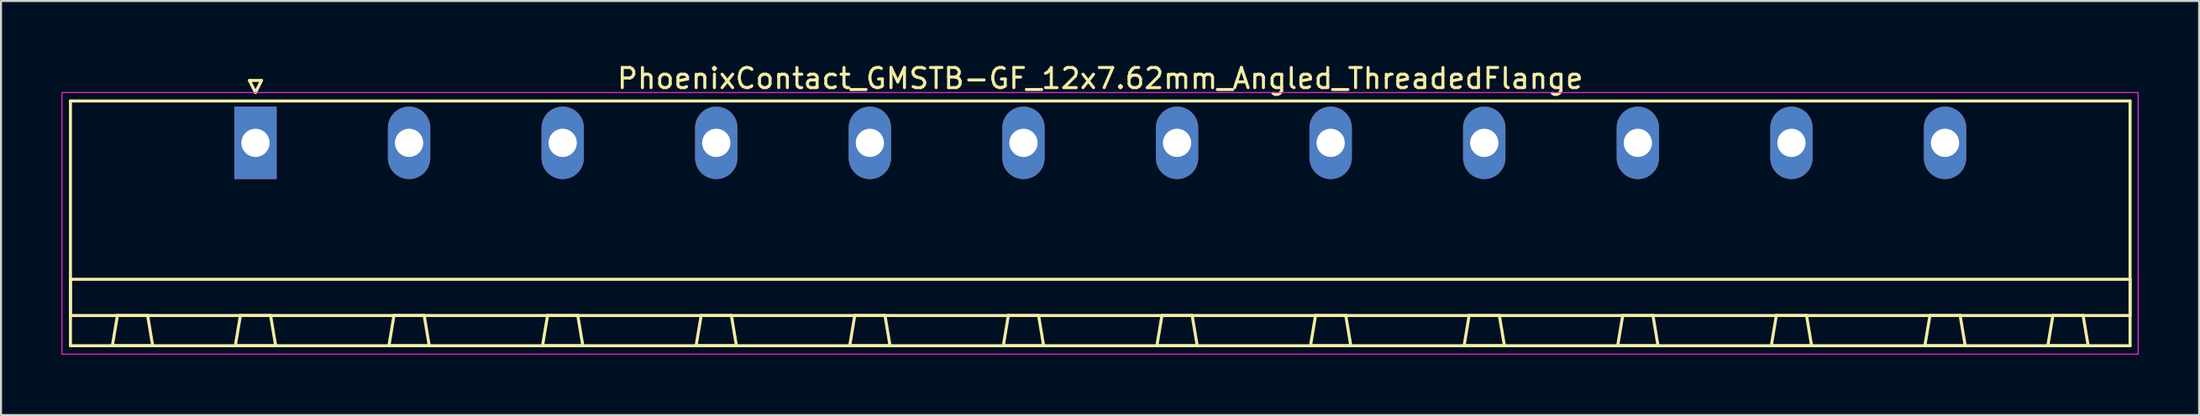
<source format=kicad_pcb>
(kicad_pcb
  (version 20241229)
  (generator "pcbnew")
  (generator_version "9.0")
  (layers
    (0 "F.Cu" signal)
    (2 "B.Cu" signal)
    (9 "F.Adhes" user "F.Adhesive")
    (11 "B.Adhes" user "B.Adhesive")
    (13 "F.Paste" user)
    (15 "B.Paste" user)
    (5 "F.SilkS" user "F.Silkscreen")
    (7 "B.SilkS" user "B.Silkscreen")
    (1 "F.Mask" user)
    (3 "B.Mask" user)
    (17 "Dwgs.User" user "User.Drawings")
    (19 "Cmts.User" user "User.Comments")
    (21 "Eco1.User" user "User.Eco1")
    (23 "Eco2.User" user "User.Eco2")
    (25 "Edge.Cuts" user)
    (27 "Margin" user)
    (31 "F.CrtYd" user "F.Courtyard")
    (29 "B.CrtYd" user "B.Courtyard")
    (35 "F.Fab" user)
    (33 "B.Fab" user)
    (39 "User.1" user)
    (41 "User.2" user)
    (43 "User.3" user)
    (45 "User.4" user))
  (footprint "PhoenixContact_GMSTB-GF_12x7.62mm_Angled_ThreadedFlange"
    (layer "F.Cu")
    (at 9.625 4.048)
    (property "Reference" "PhoenixContact_GMSTB-GF_12x7.62mm_Angled_ThreadedFlange" (at 41.91 -3.2 0) (layer "F.SilkS") (effects (font (size 1 1) (thickness 0.15))))
    (attr through_hole)
    (fp_line (start -9.18 -2.08) (end -9.18 10.08) (stroke (width 0.15) (type solid)) (layer "F.SilkS"))
    (fp_line (start -9.18 6.78) (end 93 6.78) (stroke (width 0.15) (type solid)) (layer "F.SilkS"))
    (fp_line (start -9.18 8.58) (end -9.18 6.78) (stroke (width 0.15) (type solid)) (layer "F.SilkS"))
    (fp_line (start -9.18 10.08) (end 93 10.08) (stroke (width 0.15) (type solid)) (layer "F.SilkS"))
    (fp_line (start -7.1 10.08) (end -5.1 10.08) (stroke (width 0.15) (type solid)) (layer "F.SilkS"))
    (fp_line (start -6.85 8.58) (end -7.1 10.08) (stroke (width 0.15) (type solid)) (layer "F.SilkS"))
    (fp_line (start -5.35 8.58) (end -6.85 8.58) (stroke (width 0.15) (type solid)) (layer "F.SilkS"))
    (fp_line (start -5.1 10.08) (end -5.35 8.58) (stroke (width 0.15) (type solid)) (layer "F.SilkS"))
    (fp_line (start -1 10.08) (end 1 10.08) (stroke (width 0.15) (type solid)) (layer "F.SilkS"))
    (fp_line (start -0.75 8.58) (end -1 10.08) (stroke (width 0.15) (type solid)) (layer "F.SilkS"))
    (fp_line (start -0.3 -3.1) (end 0 -2.5) (stroke (width 0.15) (type solid)) (layer "F.SilkS"))
    (fp_line (start 0 -2.5) (end 0.3 -3.1) (stroke (width 0.15) (type solid)) (layer "F.SilkS"))
    (fp_line (start 0.3 -3.1) (end -0.3 -3.1) (stroke (width 0.15) (type solid)) (layer "F.SilkS"))
    (fp_line (start 0.75 8.58) (end -0.75 8.58) (stroke (width 0.15) (type solid)) (layer "F.SilkS"))
    (fp_line (start 1 10.08) (end 0.75 8.58) (stroke (width 0.15) (type solid)) (layer "F.SilkS"))
    (fp_line (start 6.62 10.08) (end 8.62 10.08) (stroke (width 0.15) (type solid)) (layer "F.SilkS"))
    (fp_line (start 6.87 8.58) (end 6.62 10.08) (stroke (width 0.15) (type solid)) (layer "F.SilkS"))
    (fp_line (start 8.37 8.58) (end 6.87 8.58) (stroke (width 0.15) (type solid)) (layer "F.SilkS"))
    (fp_line (start 8.62 10.08) (end 8.37 8.58) (stroke (width 0.15) (type solid)) (layer "F.SilkS"))
    (fp_line (start 14.24 10.08) (end 16.24 10.08) (stroke (width 0.15) (type solid)) (layer "F.SilkS"))
    (fp_line (start 14.49 8.58) (end 14.24 10.08) (stroke (width 0.15) (type solid)) (layer "F.SilkS"))
    (fp_line (start 15.99 8.58) (end 14.49 8.58) (stroke (width 0.15) (type solid)) (layer "F.SilkS"))
    (fp_line (start 16.24 10.08) (end 15.99 8.58) (stroke (width 0.15) (type solid)) (layer "F.SilkS"))
    (fp_line (start 21.86 10.08) (end 23.86 10.08) (stroke (width 0.15) (type solid)) (layer "F.SilkS"))
    (fp_line (start 22.11 8.58) (end 21.86 10.08) (stroke (width 0.15) (type solid)) (layer "F.SilkS"))
    (fp_line (start 23.61 8.58) (end 22.11 8.58) (stroke (width 0.15) (type solid)) (layer "F.SilkS"))
    (fp_line (start 23.86 10.08) (end 23.61 8.58) (stroke (width 0.15) (type solid)) (layer "F.SilkS"))
    (fp_line (start 29.48 10.08) (end 31.48 10.08) (stroke (width 0.15) (type solid)) (layer "F.SilkS"))
    (fp_line (start 29.73 8.58) (end 29.48 10.08) (stroke (width 0.15) (type solid)) (layer "F.SilkS"))
    (fp_line (start 31.23 8.58) (end 29.73 8.58) (stroke (width 0.15) (type solid)) (layer "F.SilkS"))
    (fp_line (start 31.48 10.08) (end 31.23 8.58) (stroke (width 0.15) (type solid)) (layer "F.SilkS"))
    (fp_line (start 37.1 10.08) (end 39.1 10.08) (stroke (width 0.15) (type solid)) (layer "F.SilkS"))
    (fp_line (start 37.35 8.58) (end 37.1 10.08) (stroke (width 0.15) (type solid)) (layer "F.SilkS"))
    (fp_line (start 38.85 8.58) (end 37.35 8.58) (stroke (width 0.15) (type solid)) (layer "F.SilkS"))
    (fp_line (start 39.1 10.08) (end 38.85 8.58) (stroke (width 0.15) (type solid)) (layer "F.SilkS"))
    (fp_line (start 44.72 10.08) (end 46.72 10.08) (stroke (width 0.15) (type solid)) (layer "F.SilkS"))
    (fp_line (start 44.97 8.58) (end 44.72 10.08) (stroke (width 0.15) (type solid)) (layer "F.SilkS"))
    (fp_line (start 46.47 8.58) (end 44.97 8.58) (stroke (width 0.15) (type solid)) (layer "F.SilkS"))
    (fp_line (start 46.72 10.08) (end 46.47 8.58) (stroke (width 0.15) (type solid)) (layer "F.SilkS"))
    (fp_line (start 52.34 10.08) (end 54.34 10.08) (stroke (width 0.15) (type solid)) (layer "F.SilkS"))
    (fp_line (start 52.59 8.58) (end 52.34 10.08) (stroke (width 0.15) (type solid)) (layer "F.SilkS"))
    (fp_line (start 54.09 8.58) (end 52.59 8.58) (stroke (width 0.15) (type solid)) (layer "F.SilkS"))
    (fp_line (start 54.34 10.08) (end 54.09 8.58) (stroke (width 0.15) (type solid)) (layer "F.SilkS"))
    (fp_line (start 59.96 10.08) (end 61.96 10.08) (stroke (width 0.15) (type solid)) (layer "F.SilkS"))
    (fp_line (start 60.21 8.58) (end 59.96 10.08) (stroke (width 0.15) (type solid)) (layer "F.SilkS"))
    (fp_line (start 61.71 8.58) (end 60.21 8.58) (stroke (width 0.15) (type solid)) (layer "F.SilkS"))
    (fp_line (start 61.96 10.08) (end 61.71 8.58) (stroke (width 0.15) (type solid)) (layer "F.SilkS"))
    (fp_line (start 67.58 10.08) (end 69.58 10.08) (stroke (width 0.15) (type solid)) (layer "F.SilkS"))
    (fp_line (start 67.83 8.58) (end 67.58 10.08) (stroke (width 0.15) (type solid)) (layer "F.SilkS"))
    (fp_line (start 69.33 8.58) (end 67.83 8.58) (stroke (width 0.15) (type solid)) (layer "F.SilkS"))
    (fp_line (start 69.58 10.08) (end 69.33 8.58) (stroke (width 0.15) (type solid)) (layer "F.SilkS"))
    (fp_line (start 75.2 10.08) (end 77.2 10.08) (stroke (width 0.15) (type solid)) (layer "F.SilkS"))
    (fp_line (start 75.45 8.58) (end 75.2 10.08) (stroke (width 0.15) (type solid)) (layer "F.SilkS"))
    (fp_line (start 76.95 8.58) (end 75.45 8.58) (stroke (width 0.15) (type solid)) (layer "F.SilkS"))
    (fp_line (start 77.2 10.08) (end 76.95 8.58) (stroke (width 0.15) (type solid)) (layer "F.SilkS"))
    (fp_line (start 82.82 10.08) (end 84.82 10.08) (stroke (width 0.15) (type solid)) (layer "F.SilkS"))
    (fp_line (start 83.07 8.58) (end 82.82 10.08) (stroke (width 0.15) (type solid)) (layer "F.SilkS"))
    (fp_line (start 84.57 8.58) (end 83.07 8.58) (stroke (width 0.15) (type solid)) (layer "F.SilkS"))
    (fp_line (start 84.82 10.08) (end 84.57 8.58) (stroke (width 0.15) (type solid)) (layer "F.SilkS"))
    (fp_line (start 88.92 10.08) (end 90.92 10.08) (stroke (width 0.15) (type solid)) (layer "F.SilkS"))
    (fp_line (start 89.17 8.58) (end 88.92 10.08) (stroke (width 0.15) (type solid)) (layer "F.SilkS"))
    (fp_line (start 90.67 8.58) (end 89.17 8.58) (stroke (width 0.15) (type solid)) (layer "F.SilkS"))
    (fp_line (start 90.92 10.08) (end 90.67 8.58) (stroke (width 0.15) (type solid)) (layer "F.SilkS"))
    (fp_line (start 93 -2.08) (end -9.18 -2.08) (stroke (width 0.15) (type solid)) (layer "F.SilkS"))
    (fp_line (start 93 6.78) (end 93 8.58) (stroke (width 0.15) (type solid)) (layer "F.SilkS"))
    (fp_line (start 93 8.58) (end -9.18 8.58) (stroke (width 0.15) (type solid)) (layer "F.SilkS"))
    (fp_line (start 93 10.08) (end 93 -2.08) (stroke (width 0.15) (type solid)) (layer "F.SilkS"))
    (fp_line (start -9.6 -2.5) (end -9.6 10.5) (stroke (width 0.05) (type solid)) (layer "F.CrtYd"))
    (fp_line (start -9.6 10.5) (end 93.4 10.5) (stroke (width 0.05) (type solid)) (layer "F.CrtYd"))
    (fp_line (start 93.4 -2.5) (end -9.6 -2.5) (stroke (width 0.05) (type solid)) (layer "F.CrtYd"))
    (fp_line (start 93.4 10.5) (end 93.4 -2.5) (stroke (width 0.05) (type solid)) (layer "F.CrtYd"))
    (pad "1" thru_hole rect (at 0 0) (size 2.1 3.6) (drill 1.4) (layers "*.Cu" "*.Mask"))
    (pad "2" thru_hole oval (at 7.62 0) (size 2.1 3.6) (drill 1.4) (layers "*.Cu" "*.Mask"))
    (pad "3" thru_hole oval (at 15.24 0) (size 2.1 3.6) (drill 1.4) (layers "*.Cu" "*.Mask"))
    (pad "4" thru_hole oval (at 22.86 0) (size 2.1 3.6) (drill 1.4) (layers "*.Cu" "*.Mask"))
    (pad "5" thru_hole oval (at 30.48 0) (size 2.1 3.6) (drill 1.4) (layers "*.Cu" "*.Mask"))
    (pad "6" thru_hole oval (at 38.1 0) (size 2.1 3.6) (drill 1.4) (layers "*.Cu" "*.Mask"))
    (pad "7" thru_hole oval (at 45.72 0) (size 2.1 3.6) (drill 1.4) (layers "*.Cu" "*.Mask"))
    (pad "8" thru_hole oval (at 53.34 0) (size 2.1 3.6) (drill 1.4) (layers "*.Cu" "*.Mask"))
    (pad "9" thru_hole oval (at 60.96 0) (size 2.1 3.6) (drill 1.4) (layers "*.Cu" "*.Mask"))
    (pad "10" thru_hole oval (at 68.58 0) (size 2.1 3.6) (drill 1.4) (layers "*.Cu" "*.Mask"))
    (pad "11" thru_hole oval (at 76.2 0) (size 2.1 3.6) (drill 1.4) (layers "*.Cu" "*.Mask"))
    (pad "12" thru_hole oval (at 83.82 0) (size 2.1 3.6) (drill 1.4) (layers "*.Cu" "*.Mask")))
  (gr_rect
    (start -3 -3)
    (end 106.05 17.573)
    (stroke (width 0.1) (type default))
    (fill no)
    (layer "Edge.Cuts")))
</source>
